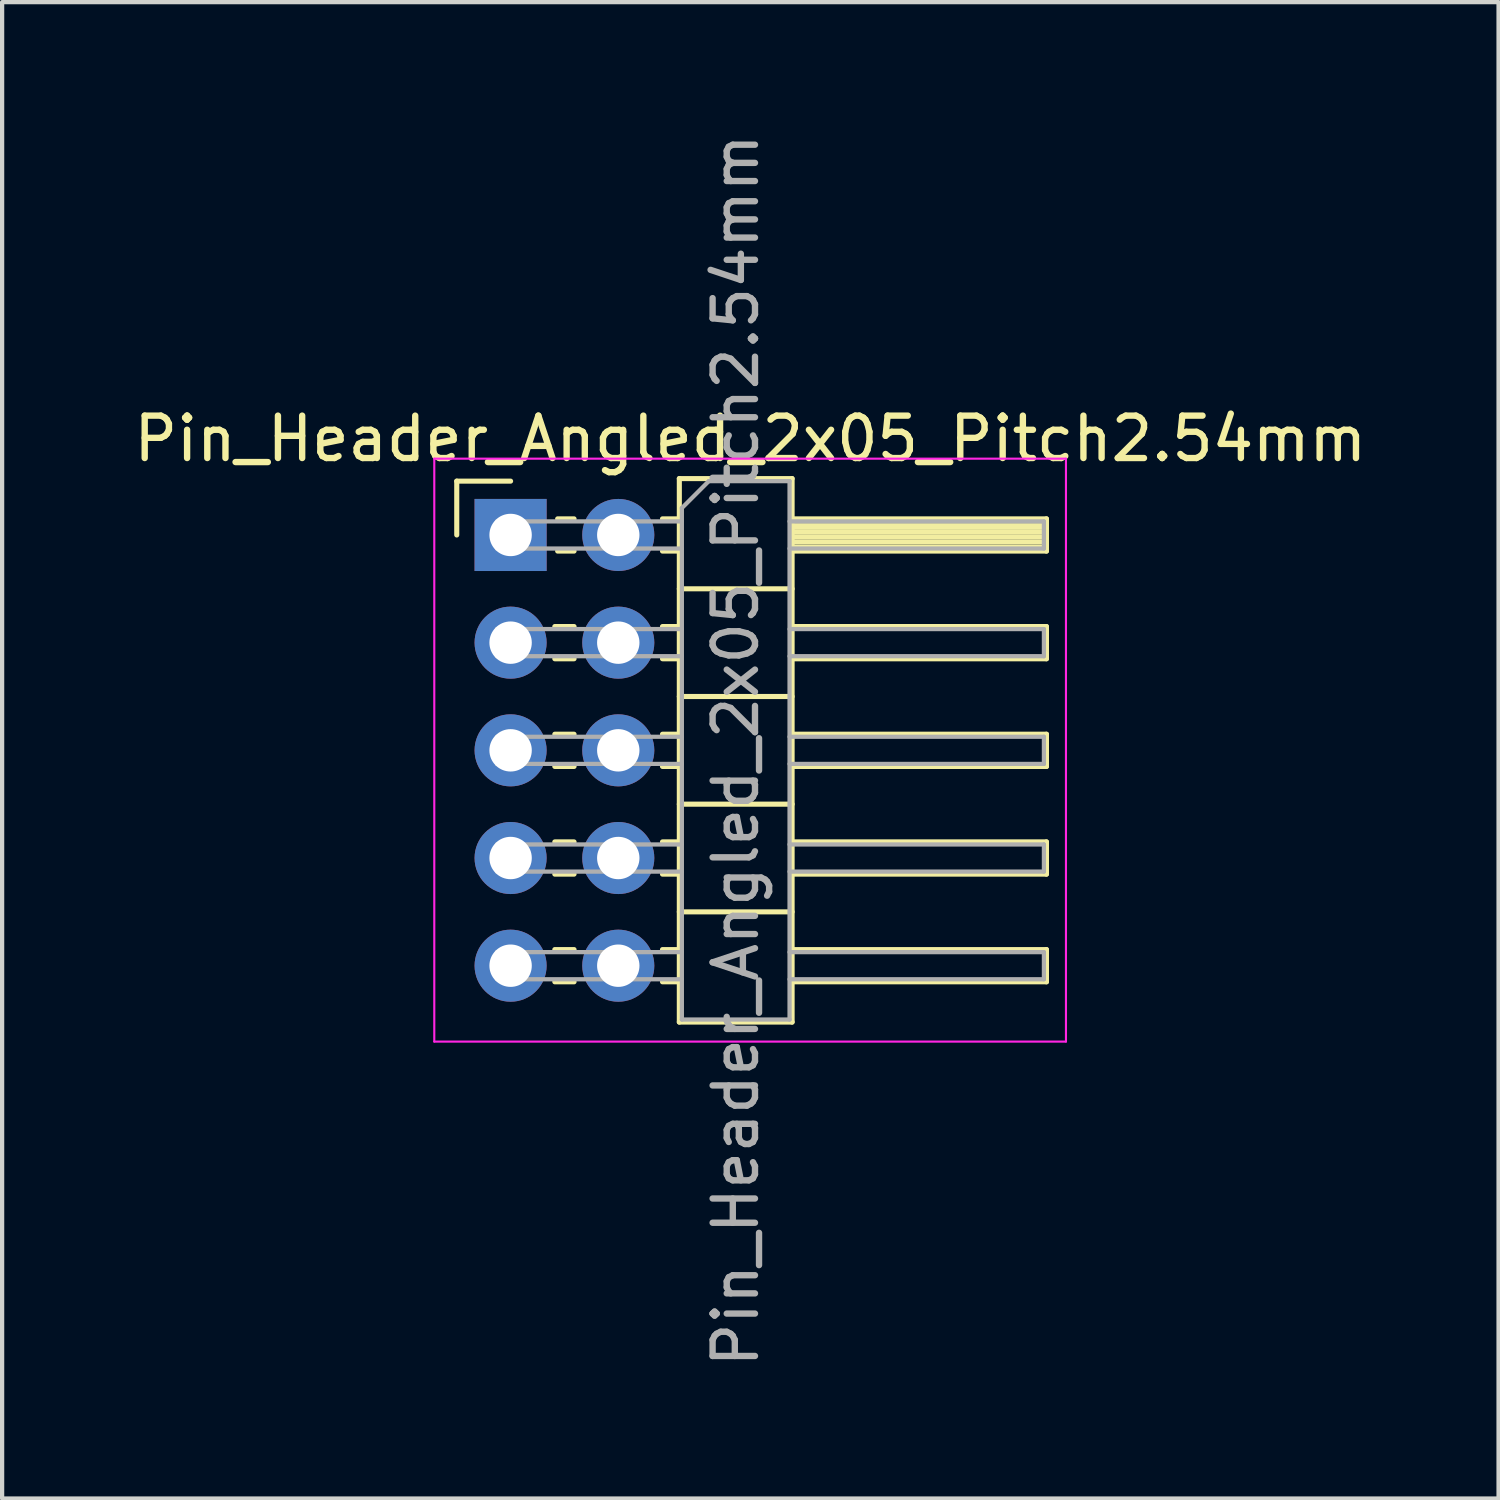
<source format=kicad_pcb>
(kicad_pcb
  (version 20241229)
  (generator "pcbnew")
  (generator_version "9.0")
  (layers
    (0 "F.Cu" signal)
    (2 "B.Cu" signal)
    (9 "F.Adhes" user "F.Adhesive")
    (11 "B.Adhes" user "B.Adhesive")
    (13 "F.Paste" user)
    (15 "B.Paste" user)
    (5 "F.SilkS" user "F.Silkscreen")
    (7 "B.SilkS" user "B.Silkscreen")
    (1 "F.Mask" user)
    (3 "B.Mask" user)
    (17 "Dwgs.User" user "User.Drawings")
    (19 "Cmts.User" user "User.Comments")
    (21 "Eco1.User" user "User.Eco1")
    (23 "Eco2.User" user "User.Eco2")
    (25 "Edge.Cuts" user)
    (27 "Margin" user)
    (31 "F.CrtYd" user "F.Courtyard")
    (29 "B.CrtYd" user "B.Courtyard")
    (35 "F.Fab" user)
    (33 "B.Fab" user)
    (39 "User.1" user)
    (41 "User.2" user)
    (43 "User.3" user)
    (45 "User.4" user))
  (footprint "Pin_Header_Angled_2x05_Pitch2.54mm"
    (layer "F.Cu")
    (at 8.994 9.569)
    (property "Reference" "Pin_Header_Angled_2x05_Pitch2.54mm" (at 5.655 -2.27 0) (layer "F.SilkS") (effects (font (size 1 1) (thickness 0.15))))
    (attr through_hole)
    (fp_line (start -1.27 -1.27) (end 0 -1.27) (stroke (width 0.12) (type solid)) (layer "F.SilkS"))
    (fp_line (start -1.27 0) (end -1.27 -1.27) (stroke (width 0.12) (type solid)) (layer "F.SilkS"))
    (fp_line (start 1.043 2.16) (end 1.497 2.16) (stroke (width 0.12) (type solid)) (layer "F.SilkS"))
    (fp_line (start 1.043 2.92) (end 1.497 2.92) (stroke (width 0.12) (type solid)) (layer "F.SilkS"))
    (fp_line (start 1.043 4.7) (end 1.497 4.7) (stroke (width 0.12) (type solid)) (layer "F.SilkS"))
    (fp_line (start 1.043 5.46) (end 1.497 5.46) (stroke (width 0.12) (type solid)) (layer "F.SilkS"))
    (fp_line (start 1.043 7.24) (end 1.497 7.24) (stroke (width 0.12) (type solid)) (layer "F.SilkS"))
    (fp_line (start 1.043 8) (end 1.497 8) (stroke (width 0.12) (type solid)) (layer "F.SilkS"))
    (fp_line (start 1.043 9.78) (end 1.497 9.78) (stroke (width 0.12) (type solid)) (layer "F.SilkS"))
    (fp_line (start 1.043 10.54) (end 1.497 10.54) (stroke (width 0.12) (type solid)) (layer "F.SilkS"))
    (fp_line (start 1.11 -0.38) (end 1.497 -0.38) (stroke (width 0.12) (type solid)) (layer "F.SilkS"))
    (fp_line (start 1.11 0.38) (end 1.497 0.38) (stroke (width 0.12) (type solid)) (layer "F.SilkS"))
    (fp_line (start 3.583 -0.38) (end 3.98 -0.38) (stroke (width 0.12) (type solid)) (layer "F.SilkS"))
    (fp_line (start 3.583 0.38) (end 3.98 0.38) (stroke (width 0.12) (type solid)) (layer "F.SilkS"))
    (fp_line (start 3.583 2.16) (end 3.98 2.16) (stroke (width 0.12) (type solid)) (layer "F.SilkS"))
    (fp_line (start 3.583 2.92) (end 3.98 2.92) (stroke (width 0.12) (type solid)) (layer "F.SilkS"))
    (fp_line (start 3.583 4.7) (end 3.98 4.7) (stroke (width 0.12) (type solid)) (layer "F.SilkS"))
    (fp_line (start 3.583 5.46) (end 3.98 5.46) (stroke (width 0.12) (type solid)) (layer "F.SilkS"))
    (fp_line (start 3.583 7.24) (end 3.98 7.24) (stroke (width 0.12) (type solid)) (layer "F.SilkS"))
    (fp_line (start 3.583 8) (end 3.98 8) (stroke (width 0.12) (type solid)) (layer "F.SilkS"))
    (fp_line (start 3.583 9.78) (end 3.98 9.78) (stroke (width 0.12) (type solid)) (layer "F.SilkS"))
    (fp_line (start 3.583 10.54) (end 3.98 10.54) (stroke (width 0.12) (type solid)) (layer "F.SilkS"))
    (fp_line (start 3.98 -1.33) (end 3.98 11.49) (stroke (width 0.12) (type solid)) (layer "F.SilkS"))
    (fp_line (start 3.98 1.27) (end 6.64 1.27) (stroke (width 0.12) (type solid)) (layer "F.SilkS"))
    (fp_line (start 3.98 3.81) (end 6.64 3.81) (stroke (width 0.12) (type solid)) (layer "F.SilkS"))
    (fp_line (start 3.98 6.35) (end 6.64 6.35) (stroke (width 0.12) (type solid)) (layer "F.SilkS"))
    (fp_line (start 3.98 8.89) (end 6.64 8.89) (stroke (width 0.12) (type solid)) (layer "F.SilkS"))
    (fp_line (start 3.98 11.49) (end 6.64 11.49) (stroke (width 0.12) (type solid)) (layer "F.SilkS"))
    (fp_line (start 6.64 -1.33) (end 3.98 -1.33) (stroke (width 0.12) (type solid)) (layer "F.SilkS"))
    (fp_line (start 6.64 -0.38) (end 12.64 -0.38) (stroke (width 0.12) (type solid)) (layer "F.SilkS"))
    (fp_line (start 6.64 -0.32) (end 12.64 -0.32) (stroke (width 0.12) (type solid)) (layer "F.SilkS"))
    (fp_line (start 6.64 -0.2) (end 12.64 -0.2) (stroke (width 0.12) (type solid)) (layer "F.SilkS"))
    (fp_line (start 6.64 -0.08) (end 12.64 -0.08) (stroke (width 0.12) (type solid)) (layer "F.SilkS"))
    (fp_line (start 6.64 0.04) (end 12.64 0.04) (stroke (width 0.12) (type solid)) (layer "F.SilkS"))
    (fp_line (start 6.64 0.16) (end 12.64 0.16) (stroke (width 0.12) (type solid)) (layer "F.SilkS"))
    (fp_line (start 6.64 0.28) (end 12.64 0.28) (stroke (width 0.12) (type solid)) (layer "F.SilkS"))
    (fp_line (start 6.64 2.16) (end 12.64 2.16) (stroke (width 0.12) (type solid)) (layer "F.SilkS"))
    (fp_line (start 6.64 4.7) (end 12.64 4.7) (stroke (width 0.12) (type solid)) (layer "F.SilkS"))
    (fp_line (start 6.64 7.24) (end 12.64 7.24) (stroke (width 0.12) (type solid)) (layer "F.SilkS"))
    (fp_line (start 6.64 9.78) (end 12.64 9.78) (stroke (width 0.12) (type solid)) (layer "F.SilkS"))
    (fp_line (start 6.64 11.49) (end 6.64 -1.33) (stroke (width 0.12) (type solid)) (layer "F.SilkS"))
    (fp_line (start 12.64 -0.38) (end 12.64 0.38) (stroke (width 0.12) (type solid)) (layer "F.SilkS"))
    (fp_line (start 12.64 0.38) (end 6.64 0.38) (stroke (width 0.12) (type solid)) (layer "F.SilkS"))
    (fp_line (start 12.64 2.16) (end 12.64 2.92) (stroke (width 0.12) (type solid)) (layer "F.SilkS"))
    (fp_line (start 12.64 2.92) (end 6.64 2.92) (stroke (width 0.12) (type solid)) (layer "F.SilkS"))
    (fp_line (start 12.64 4.7) (end 12.64 5.46) (stroke (width 0.12) (type solid)) (layer "F.SilkS"))
    (fp_line (start 12.64 5.46) (end 6.64 5.46) (stroke (width 0.12) (type solid)) (layer "F.SilkS"))
    (fp_line (start 12.64 7.24) (end 12.64 8) (stroke (width 0.12) (type solid)) (layer "F.SilkS"))
    (fp_line (start 12.64 8) (end 6.64 8) (stroke (width 0.12) (type solid)) (layer "F.SilkS"))
    (fp_line (start 12.64 9.78) (end 12.64 10.54) (stroke (width 0.12) (type solid)) (layer "F.SilkS"))
    (fp_line (start 12.64 10.54) (end 6.64 10.54) (stroke (width 0.12) (type solid)) (layer "F.SilkS"))
    (fp_line (start -1.8 -1.8) (end -1.8 11.95) (stroke (width 0.05) (type solid)) (layer "F.CrtYd"))
    (fp_line (start -1.8 11.95) (end 13.1 11.95) (stroke (width 0.05) (type solid)) (layer "F.CrtYd"))
    (fp_line (start 13.1 -1.8) (end -1.8 -1.8) (stroke (width 0.05) (type solid)) (layer "F.CrtYd"))
    (fp_line (start 13.1 11.95) (end 13.1 -1.8) (stroke (width 0.05) (type solid)) (layer "F.CrtYd"))
    (fp_line (start -0.32 -0.32) (end -0.32 0.32) (stroke (width 0.1) (type solid)) (layer "F.Fab"))
    (fp_line (start -0.32 -0.32) (end 4.04 -0.32) (stroke (width 0.1) (type solid)) (layer "F.Fab"))
    (fp_line (start -0.32 0.32) (end 4.04 0.32) (stroke (width 0.1) (type solid)) (layer "F.Fab"))
    (fp_line (start -0.32 2.22) (end -0.32 2.86) (stroke (width 0.1) (type solid)) (layer "F.Fab"))
    (fp_line (start -0.32 2.22) (end 4.04 2.22) (stroke (width 0.1) (type solid)) (layer "F.Fab"))
    (fp_line (start -0.32 2.86) (end 4.04 2.86) (stroke (width 0.1) (type solid)) (layer "F.Fab"))
    (fp_line (start -0.32 4.76) (end -0.32 5.4) (stroke (width 0.1) (type solid)) (layer "F.Fab"))
    (fp_line (start -0.32 4.76) (end 4.04 4.76) (stroke (width 0.1) (type solid)) (layer "F.Fab"))
    (fp_line (start -0.32 5.4) (end 4.04 5.4) (stroke (width 0.1) (type solid)) (layer "F.Fab"))
    (fp_line (start -0.32 7.3) (end -0.32 7.94) (stroke (width 0.1) (type solid)) (layer "F.Fab"))
    (fp_line (start -0.32 7.3) (end 4.04 7.3) (stroke (width 0.1) (type solid)) (layer "F.Fab"))
    (fp_line (start -0.32 7.94) (end 4.04 7.94) (stroke (width 0.1) (type solid)) (layer "F.Fab"))
    (fp_line (start -0.32 9.84) (end -0.32 10.48) (stroke (width 0.1) (type solid)) (layer "F.Fab"))
    (fp_line (start -0.32 9.84) (end 4.04 9.84) (stroke (width 0.1) (type solid)) (layer "F.Fab"))
    (fp_line (start -0.32 10.48) (end 4.04 10.48) (stroke (width 0.1) (type solid)) (layer "F.Fab"))
    (fp_line (start 4.04 -0.635) (end 4.675 -1.27) (stroke (width 0.1) (type solid)) (layer "F.Fab"))
    (fp_line (start 4.04 11.43) (end 4.04 -0.635) (stroke (width 0.1) (type solid)) (layer "F.Fab"))
    (fp_line (start 4.675 -1.27) (end 6.58 -1.27) (stroke (width 0.1) (type solid)) (layer "F.Fab"))
    (fp_line (start 6.58 -1.27) (end 6.58 11.43) (stroke (width 0.1) (type solid)) (layer "F.Fab"))
    (fp_line (start 6.58 -0.32) (end 12.58 -0.32) (stroke (width 0.1) (type solid)) (layer "F.Fab"))
    (fp_line (start 6.58 0.32) (end 12.58 0.32) (stroke (width 0.1) (type solid)) (layer "F.Fab"))
    (fp_line (start 6.58 2.22) (end 12.58 2.22) (stroke (width 0.1) (type solid)) (layer "F.Fab"))
    (fp_line (start 6.58 2.86) (end 12.58 2.86) (stroke (width 0.1) (type solid)) (layer "F.Fab"))
    (fp_line (start 6.58 4.76) (end 12.58 4.76) (stroke (width 0.1) (type solid)) (layer "F.Fab"))
    (fp_line (start 6.58 5.4) (end 12.58 5.4) (stroke (width 0.1) (type solid)) (layer "F.Fab"))
    (fp_line (start 6.58 7.3) (end 12.58 7.3) (stroke (width 0.1) (type solid)) (layer "F.Fab"))
    (fp_line (start 6.58 7.94) (end 12.58 7.94) (stroke (width 0.1) (type solid)) (layer "F.Fab"))
    (fp_line (start 6.58 9.84) (end 12.58 9.84) (stroke (width 0.1) (type solid)) (layer "F.Fab"))
    (fp_line (start 6.58 10.48) (end 12.58 10.48) (stroke (width 0.1) (type solid)) (layer "F.Fab"))
    (fp_line (start 6.58 11.43) (end 4.04 11.43) (stroke (width 0.1) (type solid)) (layer "F.Fab"))
    (fp_line (start 12.58 -0.32) (end 12.58 0.32) (stroke (width 0.1) (type solid)) (layer "F.Fab"))
    (fp_line (start 12.58 2.22) (end 12.58 2.86) (stroke (width 0.1) (type solid)) (layer "F.Fab"))
    (fp_line (start 12.58 4.76) (end 12.58 5.4) (stroke (width 0.1) (type solid)) (layer "F.Fab"))
    (fp_line (start 12.58 7.3) (end 12.58 7.94) (stroke (width 0.1) (type solid)) (layer "F.Fab"))
    (fp_line (start 12.58 9.84) (end 12.58 10.48) (stroke (width 0.1) (type solid)) (layer "F.Fab"))
    (fp_text user "${REFERENCE}" (at 5.31 5.08 90) (layer "F.Fab") (effects (font (size 1 1) (thickness 0.15))))
    (pad "1" thru_hole rect (at 0 0) (size 1.7 1.7) (drill 1) (layers "*.Cu" "*.Mask"))
    (pad "2" thru_hole oval (at 2.54 0) (size 1.7 1.7) (drill 1) (layers "*.Cu" "*.Mask"))
    (pad "3" thru_hole oval (at 0 2.54) (size 1.7 1.7) (drill 1) (layers "*.Cu" "*.Mask"))
    (pad "4" thru_hole oval (at 2.54 2.54) (size 1.7 1.7) (drill 1) (layers "*.Cu" "*.Mask"))
    (pad "5" thru_hole oval (at 0 5.08) (size 1.7 1.7) (drill 1) (layers "*.Cu" "*.Mask"))
    (pad "6" thru_hole oval (at 2.54 5.08) (size 1.7 1.7) (drill 1) (layers "*.Cu" "*.Mask"))
    (pad "7" thru_hole oval (at 0 7.62) (size 1.7 1.7) (drill 1) (layers "*.Cu" "*.Mask"))
    (pad "8" thru_hole oval (at 2.54 7.62) (size 1.7 1.7) (drill 1) (layers "*.Cu" "*.Mask"))
    (pad "9" thru_hole oval (at 0 10.16) (size 1.7 1.7) (drill 1) (layers "*.Cu" "*.Mask"))
    (pad "10" thru_hole oval (at 2.54 10.16) (size 1.7 1.7) (drill 1) (layers "*.Cu" "*.Mask")))
  (gr_rect
    (start -3 -3)
    (end 32.298 32.298)
    (stroke (width 0.1) (type default))
    (fill no)
    (layer "Edge.Cuts")))
</source>
